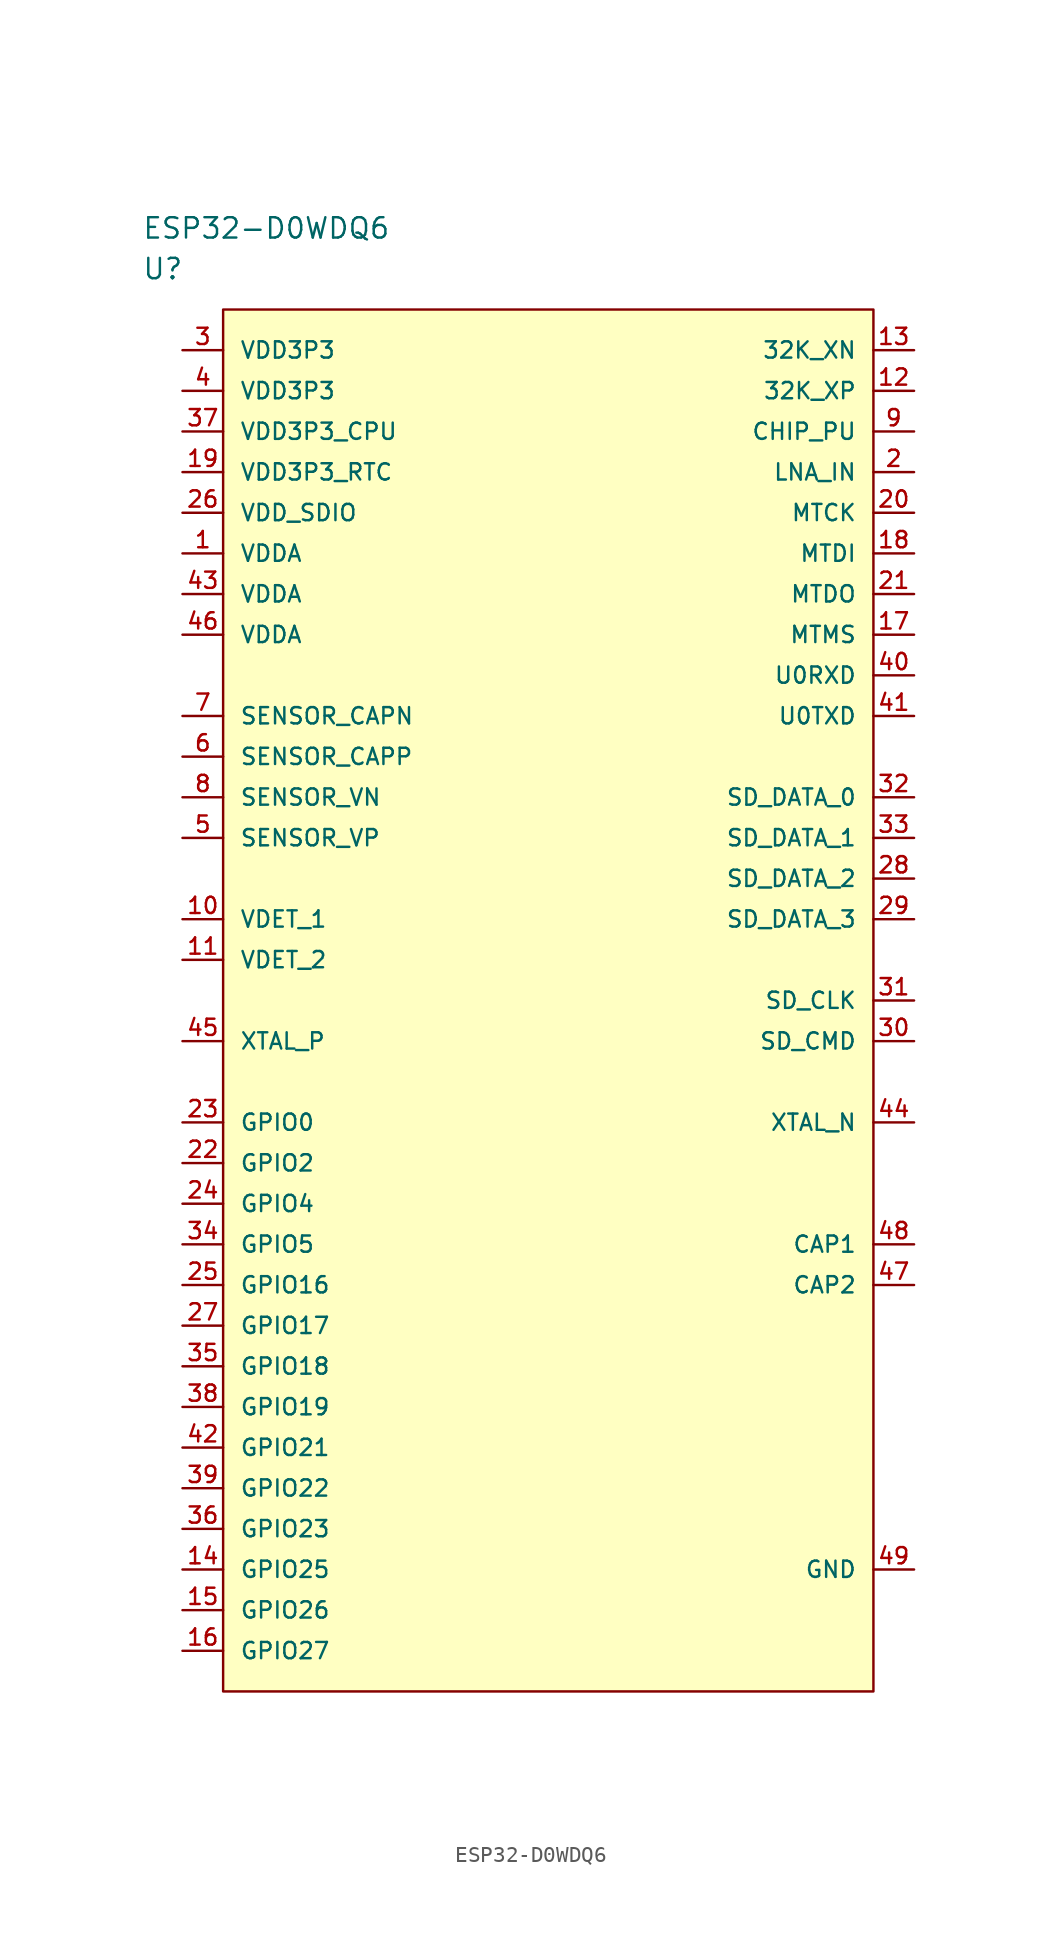
<source format=kicad_sym>
(kicad_symbol_lib
  (version 20220914)
  (generator kicad_symbol_editor)
  (symbol "ESP32-D0WDQ6"
    (pin_names
      (offset 1.016))
    (property "Reference" "U"
      (at -24.13 45.72 0)
      (effects (font (size 1.27 1.27)) (justify left)))
    (property "Value" "ESP32-D0WDQ6"
      (at -24.13 48.26 0)
      (effects (font (size 1.27 1.27)) (justify left)))
    (symbol "ESP32-D0WDQ6_1_1"
      (rectangle (start -19.05 43.18) (end 21.59 -43.18) (stroke (width 0) (type default)) (fill (type background)))
      (pin power_in line (at -21.59 27.94 0) (length 2.54) (name "VDDA" (effects (font (size 1.016 1.016)))) (number "1" (effects (font (size 1.016 1.016)))))
      (pin input line (at -21.59 5.08 0) (length 2.54) (name "VDET_1" (effects (font (size 1.016 1.016)))) (number "10" (effects (font (size 1.016 1.016)))))
      (pin input line (at -21.59 2.54 0) (length 2.54) (name "VDET_2" (effects (font (size 1.016 1.016)))) (number "11" (effects (font (size 1.016 1.016)))))
      (pin bidirectional line (at 24.13 38.1 180) (length 2.54) (name "32K_XP" (effects (font (size 1.016 1.016)))) (number "12" (effects (font (size 1.016 1.016)))))
      (pin bidirectional line (at 24.13 40.64 180) (length 2.54) (name "32K_XN" (effects (font (size 1.016 1.016)))) (number "13" (effects (font (size 1.016 1.016)))))
      (pin bidirectional line (at -21.59 -35.56 0) (length 2.54) (name "GPIO25" (effects (font (size 1.016 1.016)))) (number "14" (effects (font (size 1.016 1.016)))))
      (pin bidirectional line (at -21.59 -38.1 0) (length 2.54) (name "GPIO26" (effects (font (size 1.016 1.016)))) (number "15" (effects (font (size 1.016 1.016)))))
      (pin bidirectional line (at -21.59 -40.64 0) (length 2.54) (name "GPIO27" (effects (font (size 1.016 1.016)))) (number "16" (effects (font (size 1.016 1.016)))))
      (pin bidirectional line (at 24.13 22.86 180) (length 2.54) (name "MTMS" (effects (font (size 1.016 1.016)))) (number "17" (effects (font (size 1.016 1.016)))))
      (pin bidirectional line (at 24.13 27.94 180) (length 2.54) (name "MTDI" (effects (font (size 1.016 1.016)))) (number "18" (effects (font (size 1.016 1.016)))))
      (pin power_in line (at -21.59 33.02 0) (length 2.54) (name "VDD3P3_RTC" (effects (font (size 1.016 1.016)))) (number "19" (effects (font (size 1.016 1.016)))))
      (pin bidirectional line (at 24.13 33.02 180) (length 2.54) (name "LNA_IN" (effects (font (size 1.016 1.016)))) (number "2" (effects (font (size 1.016 1.016)))))
      (pin bidirectional line (at 24.13 30.48 180) (length 2.54) (name "MTCK" (effects (font (size 1.016 1.016)))) (number "20" (effects (font (size 1.016 1.016)))))
      (pin bidirectional line (at 24.13 25.4 180) (length 2.54) (name "MTDO" (effects (font (size 1.016 1.016)))) (number "21" (effects (font (size 1.016 1.016)))))
      (pin bidirectional line (at -21.59 -10.16 0) (length 2.54) (name "GPIO2" (effects (font (size 1.016 1.016)))) (number "22" (effects (font (size 1.016 1.016)))))
      (pin bidirectional line (at -21.59 -7.62 0) (length 2.54) (name "GPIO0" (effects (font (size 1.016 1.016)))) (number "23" (effects (font (size 1.016 1.016)))))
      (pin bidirectional line (at -21.59 -12.7 0) (length 2.54) (name "GPIO4" (effects (font (size 1.016 1.016)))) (number "24" (effects (font (size 1.016 1.016)))))
      (pin bidirectional line (at -21.59 -17.78 0) (length 2.54) (name "GPIO16" (effects (font (size 1.016 1.016)))) (number "25" (effects (font (size 1.016 1.016)))))
      (pin power_in line (at -21.59 30.48 0) (length 2.54) (name "VDD_SDIO" (effects (font (size 1.016 1.016)))) (number "26" (effects (font (size 1.016 1.016)))))
      (pin bidirectional line (at -21.59 -20.32 0) (length 2.54) (name "GPIO17" (effects (font (size 1.016 1.016)))) (number "27" (effects (font (size 1.016 1.016)))))
      (pin bidirectional line (at 24.13 7.62 180) (length 2.54) (name "SD_DATA_2" (effects (font (size 1.016 1.016)))) (number "28" (effects (font (size 1.016 1.016)))))
      (pin bidirectional line (at 24.13 5.08 180) (length 2.54) (name "SD_DATA_3" (effects (font (size 1.016 1.016)))) (number "29" (effects (font (size 1.016 1.016)))))
      (pin power_in line (at -21.59 40.64 0) (length 2.54) (name "VDD3P3" (effects (font (size 1.016 1.016)))) (number "3" (effects (font (size 1.016 1.016)))))
      (pin bidirectional line (at 24.13 -2.54 180) (length 2.54) (name "SD_CMD" (effects (font (size 1.016 1.016)))) (number "30" (effects (font (size 1.016 1.016)))))
      (pin bidirectional line (at 24.13 0 180) (length 2.54) (name "SD_CLK" (effects (font (size 1.016 1.016)))) (number "31" (effects (font (size 1.016 1.016)))))
      (pin bidirectional line (at 24.13 12.7 180) (length 2.54) (name "SD_DATA_0" (effects (font (size 1.016 1.016)))) (number "32" (effects (font (size 1.016 1.016)))))
      (pin bidirectional line (at 24.13 10.16 180) (length 2.54) (name "SD_DATA_1" (effects (font (size 1.016 1.016)))) (number "33" (effects (font (size 1.016 1.016)))))
      (pin bidirectional line (at -21.59 -15.24 0) (length 2.54) (name "GPIO5" (effects (font (size 1.016 1.016)))) (number "34" (effects (font (size 1.016 1.016)))))
      (pin bidirectional line (at -21.59 -22.86 0) (length 2.54) (name "GPIO18" (effects (font (size 1.016 1.016)))) (number "35" (effects (font (size 1.016 1.016)))))
      (pin bidirectional line (at -21.59 -33.02 0) (length 2.54) (name "GPIO23" (effects (font (size 1.016 1.016)))) (number "36" (effects (font (size 1.016 1.016)))))
      (pin power_in line (at -21.59 35.56 0) (length 2.54) (name "VDD3P3_CPU" (effects (font (size 1.016 1.016)))) (number "37" (effects (font (size 1.016 1.016)))))
      (pin bidirectional line (at -21.59 -25.4 0) (length 2.54) (name "GPIO19" (effects (font (size 1.016 1.016)))) (number "38" (effects (font (size 1.016 1.016)))))
      (pin bidirectional line (at -21.59 -30.48 0) (length 2.54) (name "GPIO22" (effects (font (size 1.016 1.016)))) (number "39" (effects (font (size 1.016 1.016)))))
      (pin power_in line (at -21.59 38.1 0) (length 2.54) (name "VDD3P3" (effects (font (size 1.016 1.016)))) (number "4" (effects (font (size 1.016 1.016)))))
      (pin bidirectional line (at 24.13 20.32 180) (length 2.54) (name "U0RXD" (effects (font (size 1.016 1.016)))) (number "40" (effects (font (size 1.016 1.016)))))
      (pin bidirectional line (at 24.13 17.78 180) (length 2.54) (name "U0TXD" (effects (font (size 1.016 1.016)))) (number "41" (effects (font (size 1.016 1.016)))))
      (pin bidirectional line (at -21.59 -27.94 0) (length 2.54) (name "GPIO21" (effects (font (size 1.016 1.016)))) (number "42" (effects (font (size 1.016 1.016)))))
      (pin power_in line (at -21.59 25.4 0) (length 2.54) (name "VDDA" (effects (font (size 1.016 1.016)))) (number "43" (effects (font (size 1.016 1.016)))))
      (pin output line (at 24.13 -7.62 180) (length 2.54) (name "XTAL_N" (effects (font (size 1.016 1.016)))) (number "44" (effects (font (size 1.016 1.016)))))
      (pin input line (at -21.59 -2.54 0) (length 2.54) (name "XTAL_P" (effects (font (size 1.016 1.016)))) (number "45" (effects (font (size 1.016 1.016)))))
      (pin power_in line (at -21.59 22.86 0) (length 2.54) (name "VDDA" (effects (font (size 1.016 1.016)))) (number "46" (effects (font (size 1.016 1.016)))))
      (pin passive line (at 24.13 -17.78 180) (length 2.54) (name "CAP2" (effects (font (size 1.016 1.016)))) (number "47" (effects (font (size 1.016 1.016)))))
      (pin passive line (at 24.13 -15.24 180) (length 2.54) (name "CAP1" (effects (font (size 1.016 1.016)))) (number "48" (effects (font (size 1.016 1.016)))))
      (pin power_in line (at 24.13 -35.56 180) (length 2.54) (name "GND" (effects (font (size 1.016 1.016)))) (number "49" (effects (font (size 1.016 1.016)))))
      (pin input line (at -21.59 10.16 0) (length 2.54) (name "SENSOR_VP" (effects (font (size 1.016 1.016)))) (number "5" (effects (font (size 1.016 1.016)))))
      (pin input line (at -21.59 15.24 0) (length 2.54) (name "SENSOR_CAPP" (effects (font (size 1.016 1.016)))) (number "6" (effects (font (size 1.016 1.016)))))
      (pin input line (at -21.59 17.78 0) (length 2.54) (name "SENSOR_CAPN" (effects (font (size 1.016 1.016)))) (number "7" (effects (font (size 1.016 1.016)))))
      (pin input line (at -21.59 12.7 0) (length 2.54) (name "SENSOR_VN" (effects (font (size 1.016 1.016)))) (number "8" (effects (font (size 1.016 1.016)))))
      (pin input line (at 24.13 35.56 180) (length 2.54) (name "CHIP_PU" (effects (font (size 1.016 1.016)))) (number "9" (effects (font (size 1.016 1.016))))))))
</source>
